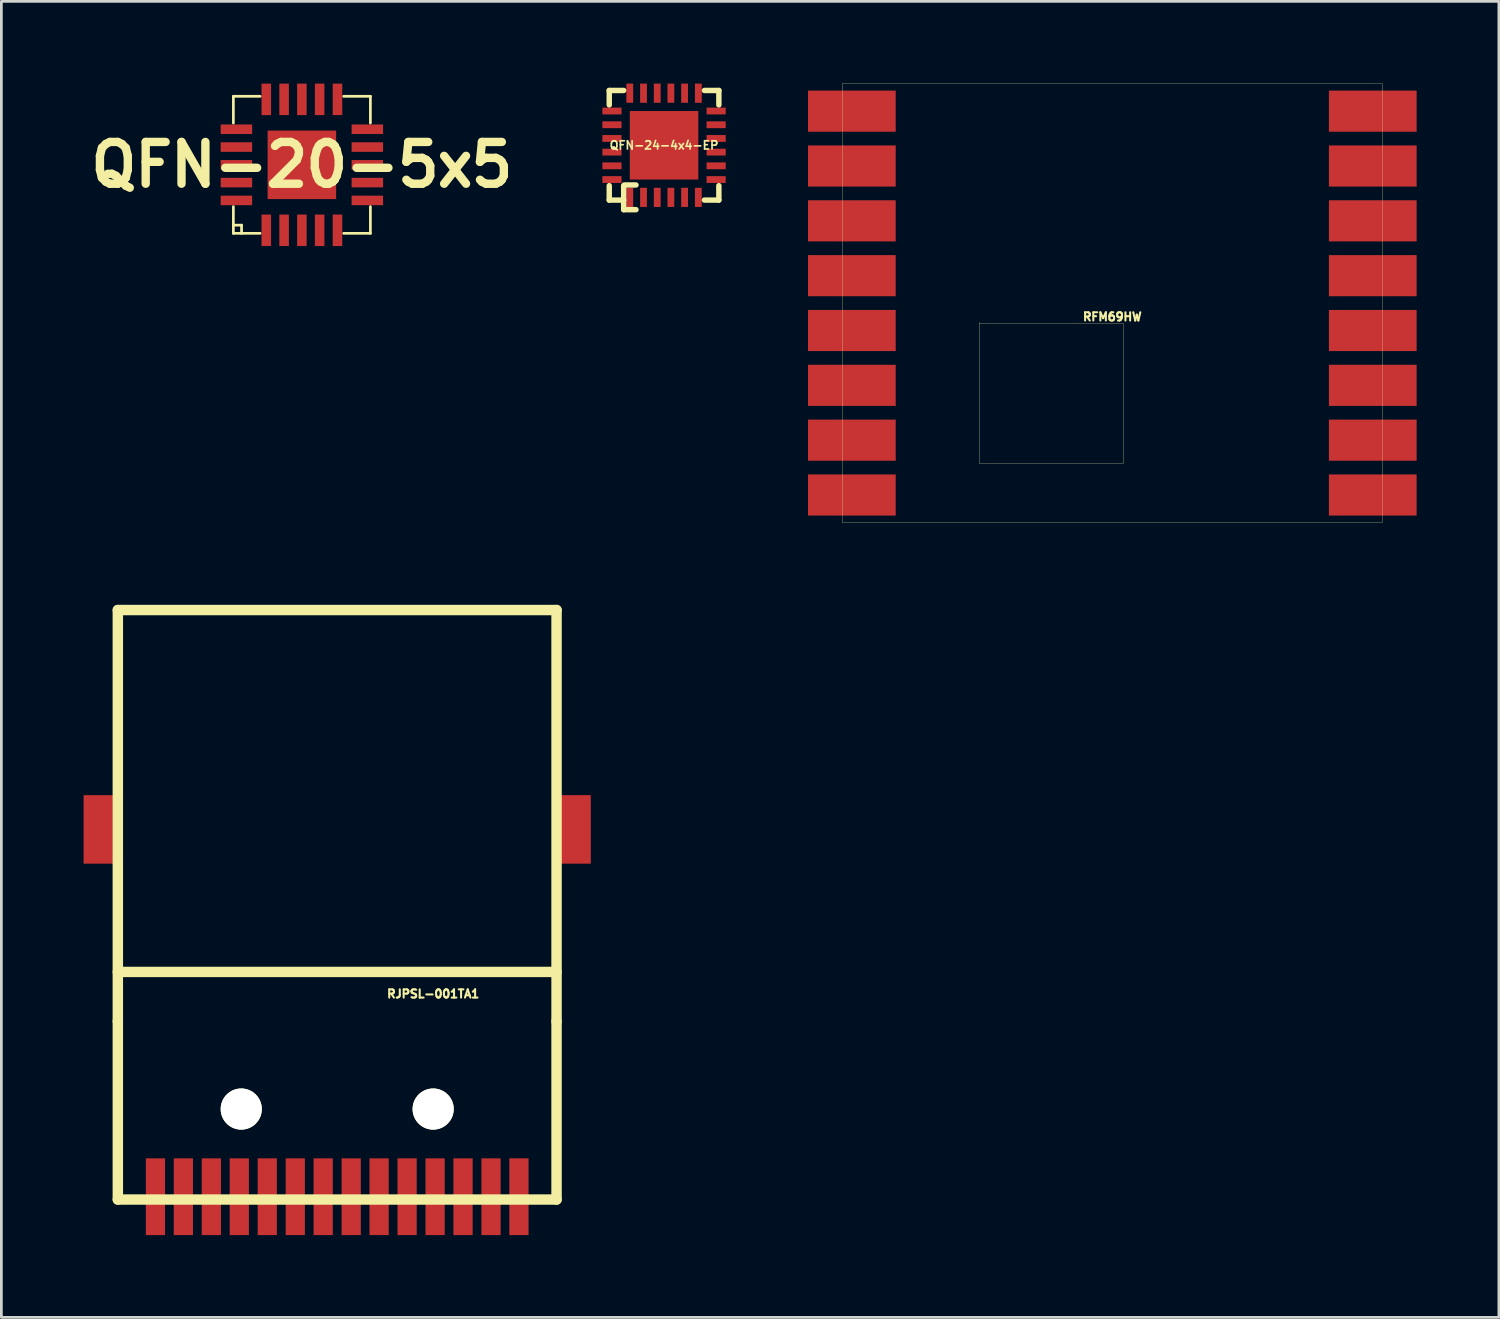
<source format=kicad_pcb>
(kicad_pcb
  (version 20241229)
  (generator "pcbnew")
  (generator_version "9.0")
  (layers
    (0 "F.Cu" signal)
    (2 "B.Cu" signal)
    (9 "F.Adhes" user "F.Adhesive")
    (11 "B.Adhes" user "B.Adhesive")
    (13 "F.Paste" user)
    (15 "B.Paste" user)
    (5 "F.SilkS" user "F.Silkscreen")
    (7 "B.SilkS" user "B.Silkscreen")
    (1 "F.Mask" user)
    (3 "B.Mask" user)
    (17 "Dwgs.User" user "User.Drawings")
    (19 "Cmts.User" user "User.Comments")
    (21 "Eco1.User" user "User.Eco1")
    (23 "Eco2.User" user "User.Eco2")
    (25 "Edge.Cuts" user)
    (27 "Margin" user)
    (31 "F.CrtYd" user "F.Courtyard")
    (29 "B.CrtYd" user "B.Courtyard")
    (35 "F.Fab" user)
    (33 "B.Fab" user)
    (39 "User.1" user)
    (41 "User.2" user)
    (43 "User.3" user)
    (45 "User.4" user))
  (footprint "RJPSL-001TA1"
    (layer "F.Cu")
    (at 9.249 33.201)
    (property "Reference" "RJPSL-001TA1" (at 3.5 0 0) (layer "F.SilkS") (effects (font (size 0.3 0.299) (thickness 0.076))))
    (attr smd)
    (fp_line (start -8.001 -14) (end 8.001 -14) (stroke (width 0.381) (type solid)) (layer "F.SilkS"))
    (fp_line (start -8.001 1.001) (end -8.001 -14) (stroke (width 0.381) (type solid)) (layer "F.SilkS"))
    (fp_line (start -8.001 1.001) (end -8.001 7.501) (stroke (width 0.381) (type solid)) (layer "F.SilkS"))
    (fp_line (start -8.001 7.501) (end 8.001 7.501) (stroke (width 0.381) (type solid)) (layer "F.SilkS"))
    (fp_line (start 8.001 -14) (end 8.001 1.001) (stroke (width 0.381) (type solid)) (layer "F.SilkS"))
    (fp_line (start 8.001 -0.8) (end -8.001 -0.8) (stroke (width 0.381) (type solid)) (layer "F.SilkS"))
    (fp_line (start 8.001 7.501) (end 8.001 1.001) (stroke (width 0.381) (type solid)) (layer "F.SilkS"))
    (pad "" np_thru_hole circle (at -3.5 4.201) (size 1.5 1.5) (drill 1.5) (layers "*.Cu" "*.Mask" "F.SilkS"))
    (pad "" np_thru_hole circle (at 3.5 4.201) (size 1.5 1.5) (drill 1.5) (layers "*.Cu" "*.Mask" "F.SilkS"))
    (pad "" smd rect (at 8.55 -5.999) (size 1.4 2.499) (layers "F.Cu" "F.Mask" "F.Paste"))
    (pad "1" smd rect (at -4.59 7.399) (size 0.701 2.799) (layers "F.Cu" "F.Mask" "F.Paste"))
    (pad "2" smd rect (at -3.571 7.399) (size 0.701 2.799) (layers "F.Cu" "F.Mask" "F.Paste"))
    (pad "3" smd rect (at -2.55 7.399) (size 0.701 2.799) (layers "F.Cu" "F.Mask" "F.Paste"))
    (pad "4" smd rect (at -1.529 7.399) (size 0.701 2.799) (layers "F.Cu" "F.Mask" "F.Paste"))
    (pad "5" smd rect (at -0.511 7.399) (size 0.701 2.799) (layers "F.Cu" "F.Mask" "F.Paste"))
    (pad "6" smd rect (at 0.511 7.399) (size 0.701 2.799) (layers "F.Cu" "F.Mask" "F.Paste"))
    (pad "7" smd rect (at 1.529 7.399) (size 0.701 2.799) (layers "F.Cu" "F.Mask" "F.Paste"))
    (pad "8" smd rect (at 2.55 7.399) (size 0.701 2.799) (layers "F.Cu" "F.Mask" "F.Paste"))
    (pad "9" smd rect (at 3.571 7.399) (size 0.701 2.799) (layers "F.Cu" "F.Mask" "F.Paste"))
    (pad "10" smd rect (at 4.59 7.399) (size 0.701 2.799) (layers "F.Cu" "F.Mask" "F.Paste"))
    (pad "11" smd rect (at -6.629 7.399) (size 0.701 2.799) (layers "F.Cu" "F.Mask" "F.Paste"))
    (pad "12" smd rect (at -5.611 7.399) (size 0.701 2.799) (layers "F.Cu" "F.Mask" "F.Paste"))
    (pad "13" smd rect (at 5.611 7.399) (size 0.701 2.799) (layers "F.Cu" "F.Mask" "F.Paste"))
    (pad "14" smd rect (at 6.629 7.399) (size 0.701 2.799) (layers "F.Cu" "F.Mask" "F.Paste"))
    (pad "SHD" smd rect (at -8.55 -5.999) (size 1.4 2.499) (layers "F.Cu" "F.Mask" "F.Paste")))
  (footprint "QFN-24-4x4-EP"
    (layer "F.Cu")
    (at 21.171 2.249)
    (property "Reference" "QFN-24-4x4-EP" (at 0 0 0) (layer "F.SilkS") (effects (font (size 0.3 0.3) (thickness 0.061))))
    (attr through_hole)
    (fp_line (start -1.999 -1.999) (end -1.999 -1.473) (stroke (width 0.198) (type solid)) (layer "F.SilkS"))
    (fp_line (start -1.999 -1.999) (end -1.473 -1.999) (stroke (width 0.198) (type solid)) (layer "F.SilkS"))
    (fp_line (start -1.999 1.473) (end -1.999 1.999) (stroke (width 0.198) (type solid)) (layer "F.SilkS"))
    (fp_line (start -1.999 1.999) (end -1.473 1.999) (stroke (width 0.198) (type solid)) (layer "F.SilkS"))
    (fp_line (start -1.473 1.473) (end -1.473 2.349) (stroke (width 0.198) (type solid)) (layer "F.SilkS"))
    (fp_line (start -1.473 2.349) (end -1.024 2.349) (stroke (width 0.198) (type solid)) (layer "F.SilkS"))
    (fp_line (start -1.448 1.448) (end -1.024 1.448) (stroke (width 0.198) (type solid)) (layer "F.SilkS"))
    (fp_line (start 1.473 -1.999) (end 1.999 -1.999) (stroke (width 0.198) (type solid)) (layer "F.SilkS"))
    (fp_line (start 1.473 1.999) (end 1.999 1.999) (stroke (width 0.198) (type solid)) (layer "F.SilkS"))
    (fp_line (start 1.999 -1.999) (end 1.999 -1.473) (stroke (width 0.198) (type solid)) (layer "F.SilkS"))
    (fp_line (start 1.999 1.473) (end 1.999 1.999) (stroke (width 0.198) (type solid)) (layer "F.SilkS"))
    (pad "1" smd rect (at -1.25 1.9 180) (size 0.249 0.699) (layers "F.Cu" "F.Mask" "F.Paste"))
    (pad "2" smd rect (at -0.749 1.9 180) (size 0.249 0.699) (layers "F.Cu" "F.Mask" "F.Paste"))
    (pad "3" smd rect (at -0.249 1.9 180) (size 0.249 0.699) (layers "F.Cu" "F.Mask" "F.Paste"))
    (pad "4" smd rect (at 0.249 1.9 180) (size 0.249 0.699) (layers "F.Cu" "F.Mask" "F.Paste"))
    (pad "5" smd rect (at 0.749 1.9 180) (size 0.249 0.699) (layers "F.Cu" "F.Mask" "F.Paste"))
    (pad "6" smd rect (at 1.25 1.9 180) (size 0.249 0.699) (layers "F.Cu" "F.Mask" "F.Paste"))
    (pad "7" smd rect (at 1.9 1.25 270) (size 0.249 0.699) (layers "F.Cu" "F.Mask" "F.Paste"))
    (pad "8" smd rect (at 1.9 0.749 270) (size 0.249 0.699) (layers "F.Cu" "F.Mask" "F.Paste"))
    (pad "9" smd rect (at 1.9 0.249 270) (size 0.249 0.699) (layers "F.Cu" "F.Mask" "F.Paste"))
    (pad "10" smd rect (at 1.9 -0.249 270) (size 0.249 0.699) (layers "F.Cu" "F.Mask" "F.Paste"))
    (pad "11" smd rect (at 1.9 -0.749 270) (size 0.249 0.699) (layers "F.Cu" "F.Mask" "F.Paste"))
    (pad "12" smd rect (at 1.9 -1.25 270) (size 0.249 0.699) (layers "F.Cu" "F.Mask" "F.Paste"))
    (pad "13" smd rect (at 1.25 -1.9) (size 0.249 0.699) (layers "F.Cu" "F.Mask" "F.Paste"))
    (pad "14" smd rect (at 0.749 -1.9) (size 0.249 0.699) (layers "F.Cu" "F.Mask" "F.Paste"))
    (pad "15" smd rect (at 0.249 -1.9) (size 0.249 0.699) (layers "F.Cu" "F.Mask" "F.Paste"))
    (pad "16" smd rect (at -0.249 -1.9) (size 0.249 0.699) (layers "F.Cu" "F.Mask" "F.Paste"))
    (pad "17" smd rect (at -0.749 -1.9) (size 0.249 0.699) (layers "F.Cu" "F.Mask" "F.Paste"))
    (pad "18" smd rect (at -1.25 -1.9) (size 0.249 0.699) (layers "F.Cu" "F.Mask" "F.Paste"))
    (pad "19" smd rect (at -1.9 -1.25 90) (size 0.249 0.699) (layers "F.Cu" "F.Mask" "F.Paste"))
    (pad "20" smd rect (at -1.9 -0.749 90) (size 0.249 0.699) (layers "F.Cu" "F.Mask" "F.Paste"))
    (pad "21" smd rect (at -1.9 -0.249 90) (size 0.249 0.699) (layers "F.Cu" "F.Mask" "F.Paste"))
    (pad "22" smd rect (at -1.9 0.249 90) (size 0.249 0.699) (layers "F.Cu" "F.Mask" "F.Paste"))
    (pad "23" smd rect (at -1.9 0.749 90) (size 0.249 0.699) (layers "F.Cu" "F.Mask" "F.Paste"))
    (pad "24" smd rect (at -1.9 1.25 90) (size 0.249 0.699) (layers "F.Cu" "F.Mask" "F.Paste"))
    (pad "25" smd rect (at 0 0) (size 2.499 2.499) (layers "F.Cu" "F.Mask" "F.Paste")))
  (footprint "RFM69HW"
    (layer "F.Cu")
    (at 37.521 8.005)
    (property "Reference" "RFM69HW" (at 0 0.5 0) (layer "F.SilkS") (effects (font (size 0.3 0.3) (thickness 0.075))))
    (attr through_hole)
    (fp_line (start -9.85 -8) (end 9.85 -8) (stroke (width 0.01) (type solid)) (layer "F.SilkS"))
    (fp_line (start -9.85 8) (end -9.85 -8) (stroke (width 0.01) (type solid)) (layer "F.SilkS"))
    (fp_line (start -4.85 0.7) (end -4.85 5.85) (stroke (width 0.01) (type solid)) (layer "F.SilkS"))
    (fp_line (start -4.85 5.85) (end 0.4 5.85) (stroke (width 0.01) (type solid)) (layer "F.SilkS"))
    (fp_line (start 0.4 0.75) (end -4.85 0.75) (stroke (width 0.01) (type solid)) (layer "F.SilkS"))
    (fp_line (start 0.4 5.85) (end 0.4 0.75) (stroke (width 0.01) (type solid)) (layer "F.SilkS"))
    (fp_line (start 9.85 -8) (end 9.85 8) (stroke (width 0.01) (type solid)) (layer "F.SilkS"))
    (fp_line (start 9.85 8) (end -9.85 8) (stroke (width 0.01) (type solid)) (layer "F.SilkS"))
    (pad "1" smd rect (at 9.5 -7 180) (size 3.2 1.5) (layers "F.Cu" "F.Mask" "F.Paste"))
    (pad "2" smd rect (at 9.5 -5 180) (size 3.2 1.5) (layers "F.Cu" "F.Mask" "F.Paste"))
    (pad "3" smd rect (at 9.5 -3 180) (size 3.2 1.5) (layers "F.Cu" "F.Mask" "F.Paste"))
    (pad "4" smd rect (at 9.5 -1 180) (size 3.2 1.5) (layers "F.Cu" "F.Mask" "F.Paste"))
    (pad "5" smd rect (at 9.5 1 180) (size 3.2 1.5) (layers "F.Cu" "F.Mask" "F.Paste"))
    (pad "6" smd rect (at 9.5 3 180) (size 3.2 1.5) (layers "F.Cu" "F.Mask" "F.Paste"))
    (pad "7" smd rect (at 9.5 5 180) (size 3.2 1.5) (layers "F.Cu" "F.Mask" "F.Paste"))
    (pad "8" smd rect (at 9.5 7 180) (size 3.2 1.5) (layers "F.Cu" "F.Mask" "F.Paste"))
    (pad "9" smd rect (at -9.5 -7) (size 3.2 1.5) (layers "F.Cu" "F.Mask" "F.Paste"))
    (pad "10" smd rect (at -9.5 -5) (size 3.2 1.5) (layers "F.Cu" "F.Mask" "F.Paste"))
    (pad "11" smd rect (at -9.5 -3) (size 3.2 1.5) (layers "F.Cu" "F.Mask" "F.Paste"))
    (pad "12" smd rect (at -9.5 -1) (size 3.2 1.5) (layers "F.Cu" "F.Mask" "F.Paste"))
    (pad "13" smd rect (at -9.5 1) (size 3.2 1.5) (layers "F.Cu" "F.Mask" "F.Paste"))
    (pad "14" smd rect (at -9.5 3) (size 3.2 1.5) (layers "F.Cu" "F.Mask" "F.Paste"))
    (pad "15" smd rect (at -9.5 5) (size 3.2 1.5) (layers "F.Cu" "F.Mask" "F.Paste"))
    (pad "16" smd rect (at -9.5 7) (size 3.2 1.5) (layers "F.Cu" "F.Mask" "F.Paste")))
  (footprint "QFN-20-5x5"
    (layer "F.Cu")
    (at 7.961 2.962)
    (property "Reference" "QFN-20-5x5" (at 0 0 0) (layer "F.SilkS") (effects (font (size 1.524 1.524) (thickness 0.305))))
    (attr through_hole)
    (fp_line (start -2.499 -2.499) (end -2.499 -1.524) (stroke (width 0.099) (type solid)) (layer "F.SilkS"))
    (fp_line (start -2.499 -2.499) (end -1.524 -2.499) (stroke (width 0.099) (type solid)) (layer "F.SilkS"))
    (fp_line (start -2.499 1.524) (end -2.499 2.499) (stroke (width 0.099) (type solid)) (layer "F.SilkS"))
    (fp_line (start -2.499 2.2) (end -2.2 2.2) (stroke (width 0.099) (type solid)) (layer "F.SilkS"))
    (fp_line (start -2.499 2.499) (end -1.524 2.499) (stroke (width 0.099) (type solid)) (layer "F.SilkS"))
    (fp_line (start -2.2 2.2) (end -2.2 2.499) (stroke (width 0.099) (type solid)) (layer "F.SilkS"))
    (fp_line (start 1.524 -2.499) (end 2.499 -2.499) (stroke (width 0.099) (type solid)) (layer "F.SilkS"))
    (fp_line (start 1.524 2.499) (end 2.499 2.499) (stroke (width 0.099) (type solid)) (layer "F.SilkS"))
    (fp_line (start 2.499 -2.499) (end 2.499 -1.524) (stroke (width 0.099) (type solid)) (layer "F.SilkS"))
    (fp_line (start 2.499 1.524) (end 2.499 2.499) (stroke (width 0.099) (type solid)) (layer "F.SilkS"))
    (pad "1" smd rect (at -1.298 2.388 180) (size 0.348 1.148) (layers "F.Cu" "F.Mask" "F.Paste"))
    (pad "2" smd rect (at -0.648 2.388 180) (size 0.348 1.148) (layers "F.Cu" "F.Mask" "F.Paste"))
    (pad "3" smd rect (at 0 2.388 180) (size 0.348 1.148) (layers "F.Cu" "F.Mask" "F.Paste"))
    (pad "4" smd rect (at 0.648 2.388 180) (size 0.348 1.148) (layers "F.Cu" "F.Mask" "F.Paste"))
    (pad "5" smd rect (at 1.298 2.388 180) (size 0.348 1.148) (layers "F.Cu" "F.Mask" "F.Paste"))
    (pad "6" smd rect (at 2.388 1.298 270) (size 0.348 1.148) (layers "F.Cu" "F.Mask" "F.Paste"))
    (pad "7" smd rect (at 2.388 0.648 270) (size 0.348 1.148) (layers "F.Cu" "F.Mask" "F.Paste"))
    (pad "8" smd rect (at 2.388 0 270) (size 0.348 1.148) (layers "F.Cu" "F.Mask" "F.Paste"))
    (pad "9" smd rect (at 2.388 -0.648 270) (size 0.348 1.148) (layers "F.Cu" "F.Mask" "F.Paste"))
    (pad "10" smd rect (at 2.388 -1.298 270) (size 0.348 1.148) (layers "F.Cu" "F.Mask" "F.Paste"))
    (pad "11" smd rect (at 1.298 -2.388) (size 0.348 1.148) (layers "F.Cu" "F.Mask" "F.Paste"))
    (pad "12" smd rect (at 0.648 -2.388) (size 0.348 1.148) (layers "F.Cu" "F.Mask" "F.Paste"))
    (pad "13" smd rect (at 0 -2.388) (size 0.348 1.148) (layers "F.Cu" "F.Mask" "F.Paste"))
    (pad "14" smd rect (at -0.648 -2.388) (size 0.348 1.148) (layers "F.Cu" "F.Mask" "F.Paste"))
    (pad "15" smd rect (at -1.298 -2.388) (size 0.348 1.148) (layers "F.Cu" "F.Mask" "F.Paste"))
    (pad "16" smd rect (at -2.388 -1.298 90) (size 0.348 1.148) (layers "F.Cu" "F.Mask" "F.Paste"))
    (pad "17" smd rect (at -2.388 -0.648 90) (size 0.348 1.148) (layers "F.Cu" "F.Mask" "F.Paste"))
    (pad "18" smd rect (at -2.388 0 90) (size 0.348 1.148) (layers "F.Cu" "F.Mask" "F.Paste"))
    (pad "19" smd rect (at -2.388 0.648 90) (size 0.348 1.148) (layers "F.Cu" "F.Mask" "F.Paste"))
    (pad "20" smd rect (at -2.388 1.298 90) (size 0.348 1.148) (layers "F.Cu" "F.Mask" "F.Paste"))
    (pad "EP" smd rect (at 0 0) (size 2.499 2.499) (layers "F.Cu" "F.Mask" "F.Paste")))
  (gr_rect
    (start -3 -3)
    (end 51.621 45)
    (stroke (width 0.1) (type default))
    (fill no)
    (layer "Edge.Cuts")))
</source>
